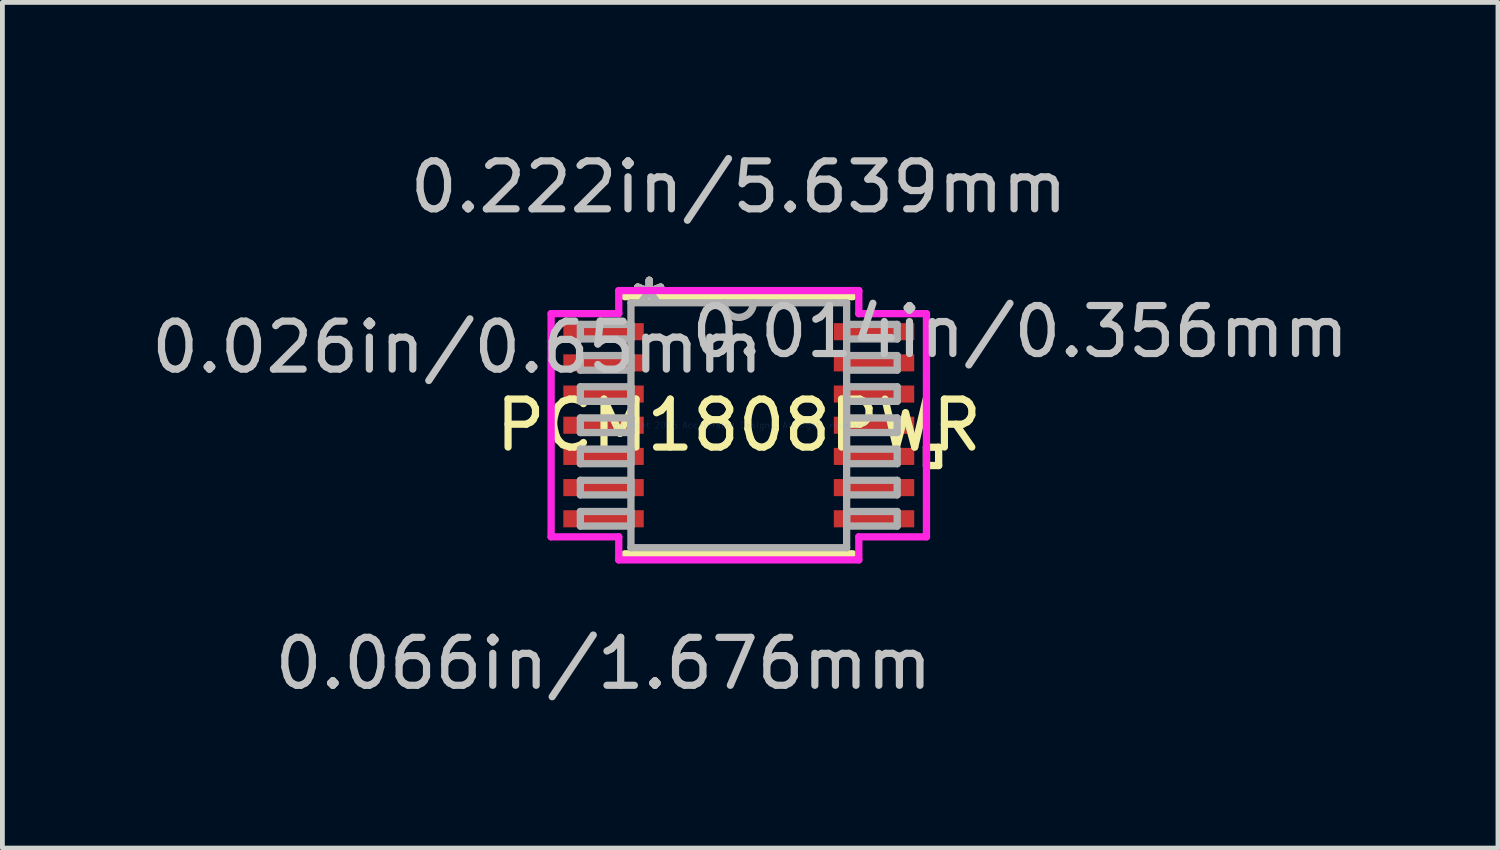
<source format=kicad_pcb>
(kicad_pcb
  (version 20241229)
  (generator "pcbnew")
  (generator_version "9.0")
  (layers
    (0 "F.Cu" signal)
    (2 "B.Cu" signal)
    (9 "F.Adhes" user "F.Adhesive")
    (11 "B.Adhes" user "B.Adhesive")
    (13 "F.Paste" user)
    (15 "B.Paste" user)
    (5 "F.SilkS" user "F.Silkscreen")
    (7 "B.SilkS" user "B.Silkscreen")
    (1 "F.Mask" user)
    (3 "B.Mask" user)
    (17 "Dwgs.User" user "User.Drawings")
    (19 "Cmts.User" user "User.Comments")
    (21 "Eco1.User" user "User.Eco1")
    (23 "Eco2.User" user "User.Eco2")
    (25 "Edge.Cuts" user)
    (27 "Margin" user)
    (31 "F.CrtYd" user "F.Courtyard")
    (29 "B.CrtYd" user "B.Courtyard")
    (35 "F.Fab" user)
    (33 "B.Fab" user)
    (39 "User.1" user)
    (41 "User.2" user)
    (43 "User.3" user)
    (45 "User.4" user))
  (footprint "PCM1808PWR"
    (layer "F.Cu")
    (at 12.35 5.814)
    (property "Reference" "PCM1808PWR" (at 0 0 0) (layer "F.SilkS") (effects (font (size 1 1) (thickness 0.15))))
    (attr through_hole)
    (fp_line (start -2.375 2.68) (end 2.375 2.68) (stroke (width 0.152) (type solid)) (layer "F.SilkS"))
    (fp_line (start 2.375 -2.68) (end -2.375 -2.68) (stroke (width 0.152) (type solid)) (layer "F.SilkS"))
    (fp_line (start 3.912 0.459) (end 4.166 0.459) (stroke (width 0.152) (type solid)) (layer "F.SilkS"))
    (fp_line (start 3.912 0.84) (end 3.912 0.459) (stroke (width 0.152) (type solid)) (layer "F.SilkS"))
    (fp_line (start 4.166 0.459) (end 4.166 0.84) (stroke (width 0.152) (type solid)) (layer "F.SilkS"))
    (fp_line (start 4.166 0.84) (end 3.912 0.84) (stroke (width 0.152) (type solid)) (layer "F.SilkS"))
    (fp_line (start -3.912 -2.326) (end -2.502 -2.326) (stroke (width 0.152) (type solid)) (layer "F.CrtYd"))
    (fp_line (start -3.912 2.326) (end -3.912 -2.326) (stroke (width 0.152) (type solid)) (layer "F.CrtYd"))
    (fp_line (start -2.502 -2.807) (end 2.502 -2.807) (stroke (width 0.152) (type solid)) (layer "F.CrtYd"))
    (fp_line (start -2.502 -2.326) (end -2.502 -2.807) (stroke (width 0.152) (type solid)) (layer "F.CrtYd"))
    (fp_line (start -2.502 2.326) (end -3.912 2.326) (stroke (width 0.152) (type solid)) (layer "F.CrtYd"))
    (fp_line (start -2.502 2.807) (end -2.502 2.326) (stroke (width 0.152) (type solid)) (layer "F.CrtYd"))
    (fp_line (start 2.502 -2.807) (end 2.502 -2.326) (stroke (width 0.152) (type solid)) (layer "F.CrtYd"))
    (fp_line (start 2.502 -2.326) (end 3.912 -2.326) (stroke (width 0.152) (type solid)) (layer "F.CrtYd"))
    (fp_line (start 2.502 2.326) (end 2.502 2.807) (stroke (width 0.152) (type solid)) (layer "F.CrtYd"))
    (fp_line (start 2.502 2.807) (end -2.502 2.807) (stroke (width 0.152) (type solid)) (layer "F.CrtYd"))
    (fp_line (start 3.912 -2.326) (end 3.912 2.326) (stroke (width 0.152) (type solid)) (layer "F.CrtYd"))
    (fp_line (start 3.912 2.326) (end 2.502 2.326) (stroke (width 0.152) (type solid)) (layer "F.CrtYd"))
    (fp_line (start -3.302 -2.102) (end -3.302 -1.798) (stroke (width 0.152) (type solid)) (layer "F.Fab"))
    (fp_line (start -3.302 -1.798) (end -2.248 -1.798) (stroke (width 0.152) (type solid)) (layer "F.Fab"))
    (fp_line (start -3.302 -1.452) (end -3.302 -1.148) (stroke (width 0.152) (type solid)) (layer "F.Fab"))
    (fp_line (start -3.302 -1.148) (end -2.248 -1.148) (stroke (width 0.152) (type solid)) (layer "F.Fab"))
    (fp_line (start -3.302 -0.802) (end -3.302 -0.498) (stroke (width 0.152) (type solid)) (layer "F.Fab"))
    (fp_line (start -3.302 -0.498) (end -2.248 -0.498) (stroke (width 0.152) (type solid)) (layer "F.Fab"))
    (fp_line (start -3.302 -0.152) (end -3.302 0.152) (stroke (width 0.152) (type solid)) (layer "F.Fab"))
    (fp_line (start -3.302 0.152) (end -2.248 0.152) (stroke (width 0.152) (type solid)) (layer "F.Fab"))
    (fp_line (start -3.302 0.498) (end -3.302 0.802) (stroke (width 0.152) (type solid)) (layer "F.Fab"))
    (fp_line (start -3.302 0.802) (end -2.248 0.802) (stroke (width 0.152) (type solid)) (layer "F.Fab"))
    (fp_line (start -3.302 1.148) (end -3.302 1.452) (stroke (width 0.152) (type solid)) (layer "F.Fab"))
    (fp_line (start -3.302 1.452) (end -2.248 1.452) (stroke (width 0.152) (type solid)) (layer "F.Fab"))
    (fp_line (start -3.302 1.798) (end -3.302 2.102) (stroke (width 0.152) (type solid)) (layer "F.Fab"))
    (fp_line (start -3.302 2.102) (end -2.248 2.102) (stroke (width 0.152) (type solid)) (layer "F.Fab"))
    (fp_line (start -2.248 -2.553) (end -2.248 2.553) (stroke (width 0.152) (type solid)) (layer "F.Fab"))
    (fp_line (start -2.248 -2.102) (end -3.302 -2.102) (stroke (width 0.152) (type solid)) (layer "F.Fab"))
    (fp_line (start -2.248 -1.798) (end -2.248 -2.102) (stroke (width 0.152) (type solid)) (layer "F.Fab"))
    (fp_line (start -2.248 -1.452) (end -3.302 -1.452) (stroke (width 0.152) (type solid)) (layer "F.Fab"))
    (fp_line (start -2.248 -1.148) (end -2.248 -1.452) (stroke (width 0.152) (type solid)) (layer "F.Fab"))
    (fp_line (start -2.248 -0.802) (end -3.302 -0.802) (stroke (width 0.152) (type solid)) (layer "F.Fab"))
    (fp_line (start -2.248 -0.498) (end -2.248 -0.802) (stroke (width 0.152) (type solid)) (layer "F.Fab"))
    (fp_line (start -2.248 -0.152) (end -3.302 -0.152) (stroke (width 0.152) (type solid)) (layer "F.Fab"))
    (fp_line (start -2.248 0.152) (end -2.248 -0.152) (stroke (width 0.152) (type solid)) (layer "F.Fab"))
    (fp_line (start -2.248 0.498) (end -3.302 0.498) (stroke (width 0.152) (type solid)) (layer "F.Fab"))
    (fp_line (start -2.248 0.802) (end -2.248 0.498) (stroke (width 0.152) (type solid)) (layer "F.Fab"))
    (fp_line (start -2.248 1.148) (end -3.302 1.148) (stroke (width 0.152) (type solid)) (layer "F.Fab"))
    (fp_line (start -2.248 1.452) (end -2.248 1.148) (stroke (width 0.152) (type solid)) (layer "F.Fab"))
    (fp_line (start -2.248 1.798) (end -3.302 1.798) (stroke (width 0.152) (type solid)) (layer "F.Fab"))
    (fp_line (start -2.248 2.102) (end -2.248 1.798) (stroke (width 0.152) (type solid)) (layer "F.Fab"))
    (fp_line (start -2.248 2.553) (end 2.248 2.553) (stroke (width 0.152) (type solid)) (layer "F.Fab"))
    (fp_line (start 2.248 -2.553) (end -2.248 -2.553) (stroke (width 0.152) (type solid)) (layer "F.Fab"))
    (fp_line (start 2.248 -2.102) (end 2.248 -1.798) (stroke (width 0.152) (type solid)) (layer "F.Fab"))
    (fp_line (start 2.248 -1.798) (end 3.302 -1.798) (stroke (width 0.152) (type solid)) (layer "F.Fab"))
    (fp_line (start 2.248 -1.452) (end 2.248 -1.148) (stroke (width 0.152) (type solid)) (layer "F.Fab"))
    (fp_line (start 2.248 -1.148) (end 3.302 -1.148) (stroke (width 0.152) (type solid)) (layer "F.Fab"))
    (fp_line (start 2.248 -0.802) (end 2.248 -0.498) (stroke (width 0.152) (type solid)) (layer "F.Fab"))
    (fp_line (start 2.248 -0.498) (end 3.302 -0.498) (stroke (width 0.152) (type solid)) (layer "F.Fab"))
    (fp_line (start 2.248 -0.152) (end 2.248 0.152) (stroke (width 0.152) (type solid)) (layer "F.Fab"))
    (fp_line (start 2.248 0.152) (end 3.302 0.152) (stroke (width 0.152) (type solid)) (layer "F.Fab"))
    (fp_line (start 2.248 0.498) (end 2.248 0.802) (stroke (width 0.152) (type solid)) (layer "F.Fab"))
    (fp_line (start 2.248 0.802) (end 3.302 0.802) (stroke (width 0.152) (type solid)) (layer "F.Fab"))
    (fp_line (start 2.248 1.148) (end 2.248 1.452) (stroke (width 0.152) (type solid)) (layer "F.Fab"))
    (fp_line (start 2.248 1.452) (end 3.302 1.452) (stroke (width 0.152) (type solid)) (layer "F.Fab"))
    (fp_line (start 2.248 1.798) (end 2.248 2.102) (stroke (width 0.152) (type solid)) (layer "F.Fab"))
    (fp_line (start 2.248 2.102) (end 3.302 2.102) (stroke (width 0.152) (type solid)) (layer "F.Fab"))
    (fp_line (start 2.248 2.553) (end 2.248 -2.553) (stroke (width 0.152) (type solid)) (layer "F.Fab"))
    (fp_line (start 3.302 -2.102) (end 2.248 -2.102) (stroke (width 0.152) (type solid)) (layer "F.Fab"))
    (fp_line (start 3.302 -1.798) (end 3.302 -2.102) (stroke (width 0.152) (type solid)) (layer "F.Fab"))
    (fp_line (start 3.302 -1.452) (end 2.248 -1.452) (stroke (width 0.152) (type solid)) (layer "F.Fab"))
    (fp_line (start 3.302 -1.148) (end 3.302 -1.452) (stroke (width 0.152) (type solid)) (layer "F.Fab"))
    (fp_line (start 3.302 -0.802) (end 2.248 -0.802) (stroke (width 0.152) (type solid)) (layer "F.Fab"))
    (fp_line (start 3.302 -0.498) (end 3.302 -0.802) (stroke (width 0.152) (type solid)) (layer "F.Fab"))
    (fp_line (start 3.302 -0.152) (end 2.248 -0.152) (stroke (width 0.152) (type solid)) (layer "F.Fab"))
    (fp_line (start 3.302 0.152) (end 3.302 -0.152) (stroke (width 0.152) (type solid)) (layer "F.Fab"))
    (fp_line (start 3.302 0.498) (end 2.248 0.498) (stroke (width 0.152) (type solid)) (layer "F.Fab"))
    (fp_line (start 3.302 0.802) (end 3.302 0.498) (stroke (width 0.152) (type solid)) (layer "F.Fab"))
    (fp_line (start 3.302 1.148) (end 2.248 1.148) (stroke (width 0.152) (type solid)) (layer "F.Fab"))
    (fp_line (start 3.302 1.452) (end 3.302 1.148) (stroke (width 0.152) (type solid)) (layer "F.Fab"))
    (fp_line (start 3.302 1.798) (end 2.248 1.798) (stroke (width 0.152) (type solid)) (layer "F.Fab"))
    (fp_line (start 3.302 2.102) (end 3.302 1.798) (stroke (width 0.152) (type solid)) (layer "F.Fab"))
    (fp_arc (start 0.3048 -2.5527) (mid 0 -2.2479) (end -0.3048 -2.5527) (stroke (width 0.1524) (type solid)) (layer "F.Fab"))
    (fp_text user "*" (at -1.867 -2.477 0) (layer "F.SilkS") (effects (font (size 1 1) (thickness 0.15))))
    (fp_text user "*" (at -1.867 -2.477 0) (layer "F.SilkS") (effects (font (size 1 1) (thickness 0.15))))
    (fp_text user "0.222in/5.639mm" (at 0 -4.966 0) (layer "Dwgs.User") (effects (font (size 1 1) (thickness 0.15))))
    (fp_text user "0.066in/1.676mm" (at -2.819 4.966 0) (layer "Dwgs.User") (effects (font (size 1 1) (thickness 0.15))))
    (fp_text user "0.026in/0.65mm" (at -5.867 -1.625 0) (layer "Dwgs.User") (effects (font (size 1 1) (thickness 0.15))))
    (fp_text user "0.014in/0.356mm" (at 5.867 -1.95 0) (layer "Dwgs.User") (effects (font (size 1 1) (thickness 0.15))))
    (fp_text user "Copyright 2016 Accelerated Designs. All rights reserved." (at 0 0 0) (layer "Cmts.User") (effects (font (size 0.127 0.127) (thickness 0.002))))
    (fp_text user "*" (at -1.867 -2.477 0) (layer "F.Fab") (effects (font (size 1 1) (thickness 0.15))))
    (fp_text user "*" (at -1.867 -2.477 0) (layer "F.Fab") (effects (font (size 1 1) (thickness 0.15))))
    (pad "1" smd rect (at -2.819 -1.95) (size 1.676 0.356) (layers "F.Cu" "F.Mask" "F.Paste"))
    (pad "2" smd rect (at -2.819 -1.3) (size 1.676 0.356) (layers "F.Cu" "F.Mask" "F.Paste"))
    (pad "3" smd rect (at -2.819 -0.65) (size 1.676 0.356) (layers "F.Cu" "F.Mask" "F.Paste"))
    (pad "4" smd rect (at -2.819 0) (size 1.676 0.356) (layers "F.Cu" "F.Mask" "F.Paste"))
    (pad "5" smd rect (at -2.819 0.65) (size 1.676 0.356) (layers "F.Cu" "F.Mask" "F.Paste"))
    (pad "6" smd rect (at -2.819 1.3) (size 1.676 0.356) (layers "F.Cu" "F.Mask" "F.Paste"))
    (pad "7" smd rect (at -2.819 1.95) (size 1.676 0.356) (layers "F.Cu" "F.Mask" "F.Paste"))
    (pad "8" smd rect (at 2.819 1.95) (size 1.676 0.356) (layers "F.Cu" "F.Mask" "F.Paste"))
    (pad "9" smd rect (at 2.819 1.3) (size 1.676 0.356) (layers "F.Cu" "F.Mask" "F.Paste"))
    (pad "10" smd rect (at 2.819 0.65) (size 1.676 0.356) (layers "F.Cu" "F.Mask" "F.Paste"))
    (pad "11" smd rect (at 2.819 0) (size 1.676 0.356) (layers "F.Cu" "F.Mask" "F.Paste"))
    (pad "12" smd rect (at 2.819 -0.65) (size 1.676 0.356) (layers "F.Cu" "F.Mask" "F.Paste"))
    (pad "13" smd rect (at 2.819 -1.3) (size 1.676 0.356) (layers "F.Cu" "F.Mask" "F.Paste"))
    (pad "14" smd rect (at 2.819 -1.95) (size 1.676 0.356) (layers "F.Cu" "F.Mask" "F.Paste")))
  (gr_rect
    (start -3 -3)
    (end 28.175 14.628)
    (stroke (width 0.1) (type default))
    (fill no)
    (layer "Edge.Cuts")))
</source>
